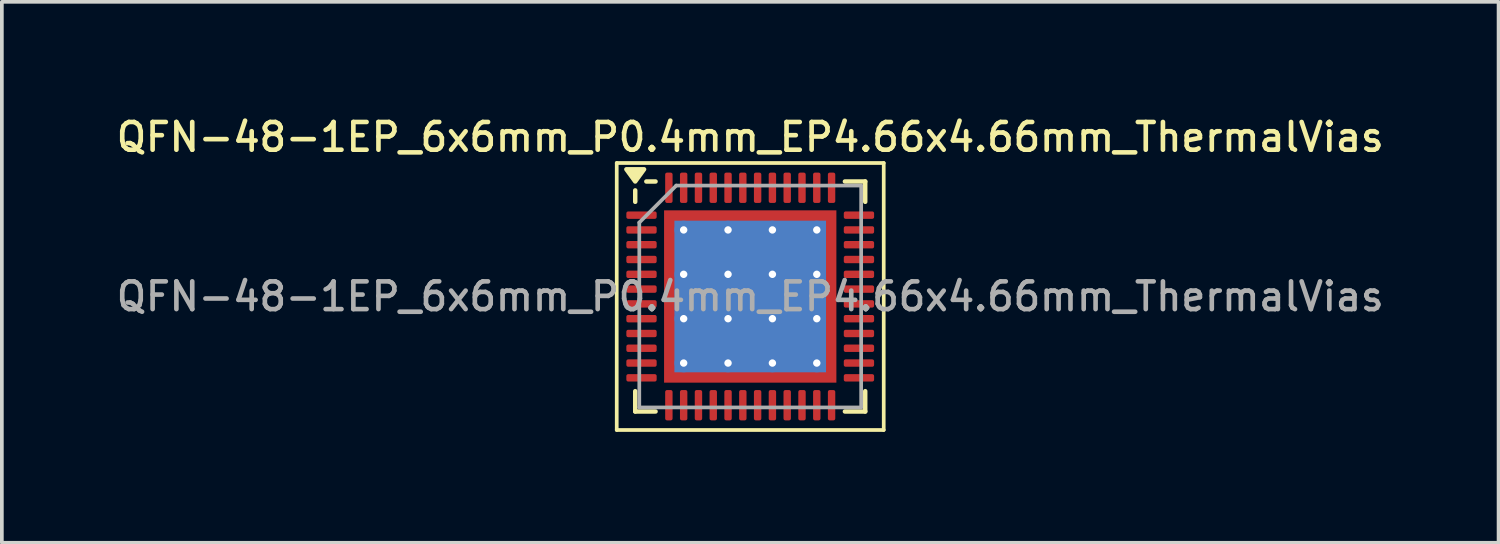
<source format=kicad_pcb>
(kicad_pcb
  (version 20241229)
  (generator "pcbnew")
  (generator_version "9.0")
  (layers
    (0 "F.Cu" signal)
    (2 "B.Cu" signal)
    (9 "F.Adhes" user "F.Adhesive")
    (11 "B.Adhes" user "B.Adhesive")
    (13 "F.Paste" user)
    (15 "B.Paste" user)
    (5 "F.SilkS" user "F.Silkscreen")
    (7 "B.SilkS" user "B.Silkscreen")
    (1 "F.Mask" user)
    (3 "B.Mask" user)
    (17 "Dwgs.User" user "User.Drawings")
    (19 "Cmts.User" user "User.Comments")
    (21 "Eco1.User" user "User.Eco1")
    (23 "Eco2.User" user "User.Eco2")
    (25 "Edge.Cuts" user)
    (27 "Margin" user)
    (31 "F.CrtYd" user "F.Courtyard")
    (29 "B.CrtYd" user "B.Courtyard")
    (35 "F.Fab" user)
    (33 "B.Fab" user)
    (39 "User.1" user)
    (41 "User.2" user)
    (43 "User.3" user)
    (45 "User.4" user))
  (footprint "QFN-48-1EP_6x6mm_P0.4mm_EP4.66x4.66mm_ThermalVias"
    (layer "F.Cu")
    (at 17.238 4.968)
    (property "Reference" "QFN-48-1EP_6x6mm_P0.4mm_EP4.66x4.66mm_ThermalVias" (at 0 -4.31 0) (layer "F.SilkS") (effects (font (size 0.75 0.75) (thickness 0.125))))
    (attr smd)
    (fp_line (start -3.61 -3.61) (end -3.61 3.61) (stroke (width 0.1) (type solid)) (layer "F.SilkS"))
    (fp_line (start -3.61 3.61) (end 3.61 3.61) (stroke (width 0.1) (type solid)) (layer "F.SilkS"))
    (fp_line (start -3.11 -2.56) (end -3.11 -2.87) (stroke (width 0.12) (type solid)) (layer "F.SilkS"))
    (fp_line (start -3.11 3.11) (end -3.11 2.56) (stroke (width 0.12) (type solid)) (layer "F.SilkS"))
    (fp_line (start -2.56 -3.11) (end -2.81 -3.11) (stroke (width 0.12) (type solid)) (layer "F.SilkS"))
    (fp_line (start -2.56 3.11) (end -3.11 3.11) (stroke (width 0.12) (type solid)) (layer "F.SilkS"))
    (fp_line (start 2.56 -3.11) (end 3.11 -3.11) (stroke (width 0.12) (type solid)) (layer "F.SilkS"))
    (fp_line (start 2.56 3.11) (end 3.11 3.11) (stroke (width 0.12) (type solid)) (layer "F.SilkS"))
    (fp_line (start 3.11 -3.11) (end 3.11 -2.56) (stroke (width 0.12) (type solid)) (layer "F.SilkS"))
    (fp_line (start 3.11 3.11) (end 3.11 2.56) (stroke (width 0.12) (type solid)) (layer "F.SilkS"))
    (fp_line (start 3.61 -3.61) (end -3.61 -3.61) (stroke (width 0.1) (type solid)) (layer "F.SilkS"))
    (fp_line (start 3.61 3.61) (end 3.61 -3.61) (stroke (width 0.1) (type solid)) (layer "F.SilkS"))
    (fp_poly (pts (xy -3.11 -3.11) (xy -3.35 -3.44) (xy -2.87 -3.44) (xy -3.11 -3.11)) (stroke (width 0.12) (type solid)) (fill yes) (layer "F.SilkS"))
    (fp_line (start -3 -2) (end -2 -3) (stroke (width 0.1) (type solid)) (layer "F.Fab"))
    (fp_line (start -3 3) (end -3 -2) (stroke (width 0.1) (type solid)) (layer "F.Fab"))
    (fp_line (start -2 -3) (end 3 -3) (stroke (width 0.1) (type solid)) (layer "F.Fab"))
    (fp_line (start 3 -3) (end 3 3) (stroke (width 0.1) (type solid)) (layer "F.Fab"))
    (fp_line (start 3 3) (end -3 3) (stroke (width 0.1) (type solid)) (layer "F.Fab"))
    (fp_text user "${REFERENCE}" (at 0 0 0) (layer "F.Fab") (effects (font (size 0.75 0.75) (thickness 0.125))))
    (pad "" smd custom (at -2.065 -2.065) (size 0.3 0.3) (layers "F.Paste") (options (anchor circle)) (primitives (gr_poly (pts (xy -0.107 -0.107) (xy 0.107 -0.107) (xy 0.107 -0.011) (xy -0.011 0.107) (xy -0.107 0.107)) (width 0.214) (fill yes))))
    (pad "" smd custom (at -2.065 -1.2) (size 0.346 0.346) (layers "F.Paste") (options (anchor circle)) (primitives (gr_poly (pts (xy -0.132 -0.402) (xy 0.065 -0.402) (xy 0.132 -0.335) (xy 0.132 0.335) (xy 0.065 0.402) (xy -0.132 0.402)) (width 0.163) (fill yes))))
    (pad "" smd custom (at -2.065 0) (size 0.346 0.346) (layers "F.Paste") (options (anchor circle)) (primitives (gr_poly (pts (xy -0.132 -0.402) (xy 0.065 -0.402) (xy 0.132 -0.335) (xy 0.132 0.335) (xy 0.065 0.402) (xy -0.132 0.402)) (width 0.163) (fill yes))))
    (pad "" smd custom (at -2.065 1.2) (size 0.346 0.346) (layers "F.Paste") (options (anchor circle)) (primitives (gr_poly (pts (xy -0.132 -0.402) (xy 0.065 -0.402) (xy 0.132 -0.335) (xy 0.132 0.335) (xy 0.065 0.402) (xy -0.132 0.402)) (width 0.163) (fill yes))))
    (pad "" smd custom (at -2.065 2.065) (size 0.3 0.3) (layers "F.Paste") (options (anchor circle)) (primitives (gr_poly (pts (xy -0.107 -0.107) (xy -0.011 -0.107) (xy 0.107 0.011) (xy 0.107 0.107) (xy -0.107 0.107)) (width 0.214) (fill yes))))
    (pad "" smd custom (at -1.2 -2.065) (size 0.346 0.346) (layers "F.Paste") (options (anchor circle)) (primitives (gr_poly (pts (xy -0.402 -0.132) (xy 0.402 -0.132) (xy 0.402 0.065) (xy 0.335 0.132) (xy -0.335 0.132) (xy -0.402 0.065)) (width 0.163) (fill yes))))
    (pad "" smd roundrect (at -1.2 -1.2) (size 0.967 0.967) (layers "F.Paste") (roundrect_rratio 0.25))
    (pad "" smd roundrect (at -1.2 0) (size 0.967 0.967) (layers "F.Paste") (roundrect_rratio 0.25))
    (pad "" smd roundrect (at -1.2 1.2) (size 0.967 0.967) (layers "F.Paste") (roundrect_rratio 0.25))
    (pad "" smd custom (at -1.2 2.065) (size 0.346 0.346) (layers "F.Paste") (options (anchor circle)) (primitives (gr_poly (pts (xy -0.402 -0.065) (xy -0.335 -0.132) (xy 0.335 -0.132) (xy 0.402 -0.065) (xy 0.402 0.132) (xy -0.402 0.132)) (width 0.163) (fill yes))))
    (pad "" smd custom (at 0 -2.065) (size 0.346 0.346) (layers "F.Paste") (options (anchor circle)) (primitives (gr_poly (pts (xy -0.402 -0.132) (xy 0.402 -0.132) (xy 0.402 0.065) (xy 0.335 0.132) (xy -0.335 0.132) (xy -0.402 0.065)) (width 0.163) (fill yes))))
    (pad "" smd roundrect (at 0 -1.2) (size 0.967 0.967) (layers "F.Paste") (roundrect_rratio 0.25))
    (pad "" smd roundrect (at 0 0) (size 0.967 0.967) (layers "F.Paste") (roundrect_rratio 0.25))
    (pad "" smd roundrect (at 0 1.2) (size 0.967 0.967) (layers "F.Paste") (roundrect_rratio 0.25))
    (pad "" smd custom (at 0 2.065) (size 0.346 0.346) (layers "F.Paste") (options (anchor circle)) (primitives (gr_poly (pts (xy -0.402 -0.065) (xy -0.335 -0.132) (xy 0.335 -0.132) (xy 0.402 -0.065) (xy 0.402 0.132) (xy -0.402 0.132)) (width 0.163) (fill yes))))
    (pad "" smd custom (at 1.2 -2.065) (size 0.346 0.346) (layers "F.Paste") (options (anchor circle)) (primitives (gr_poly (pts (xy -0.402 -0.132) (xy 0.402 -0.132) (xy 0.402 0.065) (xy 0.335 0.132) (xy -0.335 0.132) (xy -0.402 0.065)) (width 0.163) (fill yes))))
    (pad "" smd roundrect (at 1.2 -1.2) (size 0.967 0.967) (layers "F.Paste") (roundrect_rratio 0.25))
    (pad "" smd roundrect (at 1.2 0) (size 0.967 0.967) (layers "F.Paste") (roundrect_rratio 0.25))
    (pad "" smd roundrect (at 1.2 1.2) (size 0.967 0.967) (layers "F.Paste") (roundrect_rratio 0.25))
    (pad "" smd custom (at 1.2 2.065) (size 0.346 0.346) (layers "F.Paste") (options (anchor circle)) (primitives (gr_poly (pts (xy -0.402 -0.065) (xy -0.335 -0.132) (xy 0.335 -0.132) (xy 0.402 -0.065) (xy 0.402 0.132) (xy -0.402 0.132)) (width 0.163) (fill yes))))
    (pad "" smd custom (at 2.065 -2.065) (size 0.3 0.3) (layers "F.Paste") (options (anchor circle)) (primitives (gr_poly (pts (xy -0.107 -0.107) (xy 0.107 -0.107) (xy 0.107 0.107) (xy 0.011 0.107) (xy -0.107 -0.011)) (width 0.214) (fill yes))))
    (pad "" smd custom (at 2.065 -1.2) (size 0.346 0.346) (layers "F.Paste") (options (anchor circle)) (primitives (gr_poly (pts (xy -0.132 -0.335) (xy -0.065 -0.402) (xy 0.132 -0.402) (xy 0.132 0.402) (xy -0.065 0.402) (xy -0.132 0.335)) (width 0.163) (fill yes))))
    (pad "" smd custom (at 2.065 0) (size 0.346 0.346) (layers "F.Paste") (options (anchor circle)) (primitives (gr_poly (pts (xy -0.132 -0.335) (xy -0.065 -0.402) (xy 0.132 -0.402) (xy 0.132 0.402) (xy -0.065 0.402) (xy -0.132 0.335)) (width 0.163) (fill yes))))
    (pad "" smd custom (at 2.065 1.2) (size 0.346 0.346) (layers "F.Paste") (options (anchor circle)) (primitives (gr_poly (pts (xy -0.132 -0.335) (xy -0.065 -0.402) (xy 0.132 -0.402) (xy 0.132 0.402) (xy -0.065 0.402) (xy -0.132 0.335)) (width 0.163) (fill yes))))
    (pad "" smd custom (at 2.065 2.065) (size 0.3 0.3) (layers "F.Paste") (options (anchor circle)) (primitives (gr_poly (pts (xy -0.107 0.011) (xy 0.011 -0.107) (xy 0.107 -0.107) (xy 0.107 0.107) (xy -0.107 0.107)) (width 0.214) (fill yes))))
    (pad "1" smd roundrect (at -2.94 -2.2) (size 0.82 0.2) (layers "F.Cu" "F.Mask" "F.Paste") (roundrect_rratio 0.25))
    (pad "2" smd roundrect (at -2.94 -1.8) (size 0.82 0.2) (layers "F.Cu" "F.Mask" "F.Paste") (roundrect_rratio 0.25))
    (pad "3" smd roundrect (at -2.94 -1.4) (size 0.82 0.2) (layers "F.Cu" "F.Mask" "F.Paste") (roundrect_rratio 0.25))
    (pad "4" smd roundrect (at -2.94 -1) (size 0.82 0.2) (layers "F.Cu" "F.Mask" "F.Paste") (roundrect_rratio 0.25))
    (pad "5" smd roundrect (at -2.94 -0.6) (size 0.82 0.2) (layers "F.Cu" "F.Mask" "F.Paste") (roundrect_rratio 0.25))
    (pad "6" smd roundrect (at -2.94 -0.2) (size 0.82 0.2) (layers "F.Cu" "F.Mask" "F.Paste") (roundrect_rratio 0.25))
    (pad "7" smd roundrect (at -2.94 0.2) (size 0.82 0.2) (layers "F.Cu" "F.Mask" "F.Paste") (roundrect_rratio 0.25))
    (pad "8" smd roundrect (at -2.94 0.6) (size 0.82 0.2) (layers "F.Cu" "F.Mask" "F.Paste") (roundrect_rratio 0.25))
    (pad "9" smd roundrect (at -2.94 1) (size 0.82 0.2) (layers "F.Cu" "F.Mask" "F.Paste") (roundrect_rratio 0.25))
    (pad "10" smd roundrect (at -2.94 1.4) (size 0.82 0.2) (layers "F.Cu" "F.Mask" "F.Paste") (roundrect_rratio 0.25))
    (pad "11" smd roundrect (at -2.94 1.8) (size 0.82 0.2) (layers "F.Cu" "F.Mask" "F.Paste") (roundrect_rratio 0.25))
    (pad "12" smd roundrect (at -2.94 2.2) (size 0.82 0.2) (layers "F.Cu" "F.Mask" "F.Paste") (roundrect_rratio 0.25))
    (pad "13" smd roundrect (at -2.2 2.94) (size 0.2 0.82) (layers "F.Cu" "F.Mask" "F.Paste") (roundrect_rratio 0.25))
    (pad "14" smd roundrect (at -1.8 2.94) (size 0.2 0.82) (layers "F.Cu" "F.Mask" "F.Paste") (roundrect_rratio 0.25))
    (pad "15" smd roundrect (at -1.4 2.94) (size 0.2 0.82) (layers "F.Cu" "F.Mask" "F.Paste") (roundrect_rratio 0.25))
    (pad "16" smd roundrect (at -1 2.94) (size 0.2 0.82) (layers "F.Cu" "F.Mask" "F.Paste") (roundrect_rratio 0.25))
    (pad "17" smd roundrect (at -0.6 2.94) (size 0.2 0.82) (layers "F.Cu" "F.Mask" "F.Paste") (roundrect_rratio 0.25))
    (pad "18" smd roundrect (at -0.2 2.94) (size 0.2 0.82) (layers "F.Cu" "F.Mask" "F.Paste") (roundrect_rratio 0.25))
    (pad "19" smd roundrect (at 0.2 2.94) (size 0.2 0.82) (layers "F.Cu" "F.Mask" "F.Paste") (roundrect_rratio 0.25))
    (pad "20" smd roundrect (at 0.6 2.94) (size 0.2 0.82) (layers "F.Cu" "F.Mask" "F.Paste") (roundrect_rratio 0.25))
    (pad "21" smd roundrect (at 1 2.94) (size 0.2 0.82) (layers "F.Cu" "F.Mask" "F.Paste") (roundrect_rratio 0.25))
    (pad "22" smd roundrect (at 1.4 2.94) (size 0.2 0.82) (layers "F.Cu" "F.Mask" "F.Paste") (roundrect_rratio 0.25))
    (pad "23" smd roundrect (at 1.8 2.94) (size 0.2 0.82) (layers "F.Cu" "F.Mask" "F.Paste") (roundrect_rratio 0.25))
    (pad "24" smd roundrect (at 2.2 2.94) (size 0.2 0.82) (layers "F.Cu" "F.Mask" "F.Paste") (roundrect_rratio 0.25))
    (pad "25" smd roundrect (at 2.94 2.2) (size 0.82 0.2) (layers "F.Cu" "F.Mask" "F.Paste") (roundrect_rratio 0.25))
    (pad "26" smd roundrect (at 2.94 1.8) (size 0.82 0.2) (layers "F.Cu" "F.Mask" "F.Paste") (roundrect_rratio 0.25))
    (pad "27" smd roundrect (at 2.94 1.4) (size 0.82 0.2) (layers "F.Cu" "F.Mask" "F.Paste") (roundrect_rratio 0.25))
    (pad "28" smd roundrect (at 2.94 1) (size 0.82 0.2) (layers "F.Cu" "F.Mask" "F.Paste") (roundrect_rratio 0.25))
    (pad "29" smd roundrect (at 2.94 0.6) (size 0.82 0.2) (layers "F.Cu" "F.Mask" "F.Paste") (roundrect_rratio 0.25))
    (pad "30" smd roundrect (at 2.94 0.2) (size 0.82 0.2) (layers "F.Cu" "F.Mask" "F.Paste") (roundrect_rratio 0.25))
    (pad "31" smd roundrect (at 2.94 -0.2) (size 0.82 0.2) (layers "F.Cu" "F.Mask" "F.Paste") (roundrect_rratio 0.25))
    (pad "32" smd roundrect (at 2.94 -0.6) (size 0.82 0.2) (layers "F.Cu" "F.Mask" "F.Paste") (roundrect_rratio 0.25))
    (pad "33" smd roundrect (at 2.94 -1) (size 0.82 0.2) (layers "F.Cu" "F.Mask" "F.Paste") (roundrect_rratio 0.25))
    (pad "34" smd roundrect (at 2.94 -1.4) (size 0.82 0.2) (layers "F.Cu" "F.Mask" "F.Paste") (roundrect_rratio 0.25))
    (pad "35" smd roundrect (at 2.94 -1.8) (size 0.82 0.2) (layers "F.Cu" "F.Mask" "F.Paste") (roundrect_rratio 0.25))
    (pad "36" smd roundrect (at 2.94 -2.2) (size 0.82 0.2) (layers "F.Cu" "F.Mask" "F.Paste") (roundrect_rratio 0.25))
    (pad "37" smd roundrect (at 2.2 -2.94) (size 0.2 0.82) (layers "F.Cu" "F.Mask" "F.Paste") (roundrect_rratio 0.25))
    (pad "38" smd roundrect (at 1.8 -2.94) (size 0.2 0.82) (layers "F.Cu" "F.Mask" "F.Paste") (roundrect_rratio 0.25))
    (pad "39" smd roundrect (at 1.4 -2.94) (size 0.2 0.82) (layers "F.Cu" "F.Mask" "F.Paste") (roundrect_rratio 0.25))
    (pad "40" smd roundrect (at 1 -2.94) (size 0.2 0.82) (layers "F.Cu" "F.Mask" "F.Paste") (roundrect_rratio 0.25))
    (pad "41" smd roundrect (at 0.6 -2.94) (size 0.2 0.82) (layers "F.Cu" "F.Mask" "F.Paste") (roundrect_rratio 0.25))
    (pad "42" smd roundrect (at 0.2 -2.94) (size 0.2 0.82) (layers "F.Cu" "F.Mask" "F.Paste") (roundrect_rratio 0.25))
    (pad "43" smd roundrect (at -0.2 -2.94) (size 0.2 0.82) (layers "F.Cu" "F.Mask" "F.Paste") (roundrect_rratio 0.25))
    (pad "44" smd roundrect (at -0.6 -2.94) (size 0.2 0.82) (layers "F.Cu" "F.Mask" "F.Paste") (roundrect_rratio 0.25))
    (pad "45" smd roundrect (at -1 -2.94) (size 0.2 0.82) (layers "F.Cu" "F.Mask" "F.Paste") (roundrect_rratio 0.25))
    (pad "46" smd roundrect (at -1.4 -2.94) (size 0.2 0.82) (layers "F.Cu" "F.Mask" "F.Paste") (roundrect_rratio 0.25))
    (pad "47" smd roundrect (at -1.8 -2.94) (size 0.2 0.82) (layers "F.Cu" "F.Mask" "F.Paste") (roundrect_rratio 0.25))
    (pad "48" smd roundrect (at -2.2 -2.94) (size 0.2 0.82) (layers "F.Cu" "F.Mask" "F.Paste") (roundrect_rratio 0.25))
    (pad "49" thru_hole circle (at -1.8 -1.8) (size 0.5 0.5) (drill 0.2) (property pad_prop_heatsink) (layers "*.Cu"))
    (pad "49" thru_hole circle (at -1.8 -0.6) (size 0.5 0.5) (drill 0.2) (property pad_prop_heatsink) (layers "*.Cu"))
    (pad "49" thru_hole circle (at -1.8 0.6) (size 0.5 0.5) (drill 0.2) (property pad_prop_heatsink) (layers "*.Cu"))
    (pad "49" thru_hole circle (at -1.8 1.8) (size 0.5 0.5) (drill 0.2) (property pad_prop_heatsink) (layers "*.Cu"))
    (pad "49" thru_hole circle (at -0.6 -1.8) (size 0.5 0.5) (drill 0.2) (property pad_prop_heatsink) (layers "*.Cu"))
    (pad "49" thru_hole circle (at -0.6 -0.6) (size 0.5 0.5) (drill 0.2) (property pad_prop_heatsink) (layers "*.Cu"))
    (pad "49" thru_hole circle (at -0.6 0.6) (size 0.5 0.5) (drill 0.2) (property pad_prop_heatsink) (layers "*.Cu"))
    (pad "49" thru_hole circle (at -0.6 1.8) (size 0.5 0.5) (drill 0.2) (property pad_prop_heatsink) (layers "*.Cu"))
    (pad "49" smd rect (at 0 0) (size 4.1 4.1) (property pad_prop_heatsink) (layers "B.Cu"))
    (pad "49" smd rect (at 0 0) (size 4.66 4.66) (property pad_prop_heatsink) (layers "F.Cu" "F.Mask"))
    (pad "49" thru_hole circle (at 0.6 -1.8) (size 0.5 0.5) (drill 0.2) (property pad_prop_heatsink) (layers "*.Cu"))
    (pad "49" thru_hole circle (at 0.6 -0.6) (size 0.5 0.5) (drill 0.2) (property pad_prop_heatsink) (layers "*.Cu"))
    (pad "49" thru_hole circle (at 0.6 0.6) (size 0.5 0.5) (drill 0.2) (property pad_prop_heatsink) (layers "*.Cu"))
    (pad "49" thru_hole circle (at 0.6 1.8) (size 0.5 0.5) (drill 0.2) (property pad_prop_heatsink) (layers "*.Cu"))
    (pad "49" thru_hole circle (at 1.8 -1.8) (size 0.5 0.5) (drill 0.2) (property pad_prop_heatsink) (layers "*.Cu"))
    (pad "49" thru_hole circle (at 1.8 -0.6) (size 0.5 0.5) (drill 0.2) (property pad_prop_heatsink) (layers "*.Cu"))
    (pad "49" thru_hole circle (at 1.8 0.6) (size 0.5 0.5) (drill 0.2) (property pad_prop_heatsink) (layers "*.Cu"))
    (pad "49" thru_hole circle (at 1.8 1.8) (size 0.5 0.5) (drill 0.2) (property pad_prop_heatsink) (layers "*.Cu")))
  (gr_rect
    (start -3 -3)
    (end 37.475 11.628)
    (stroke (width 0.1) (type default))
    (fill no)
    (layer "Edge.Cuts")))
</source>
